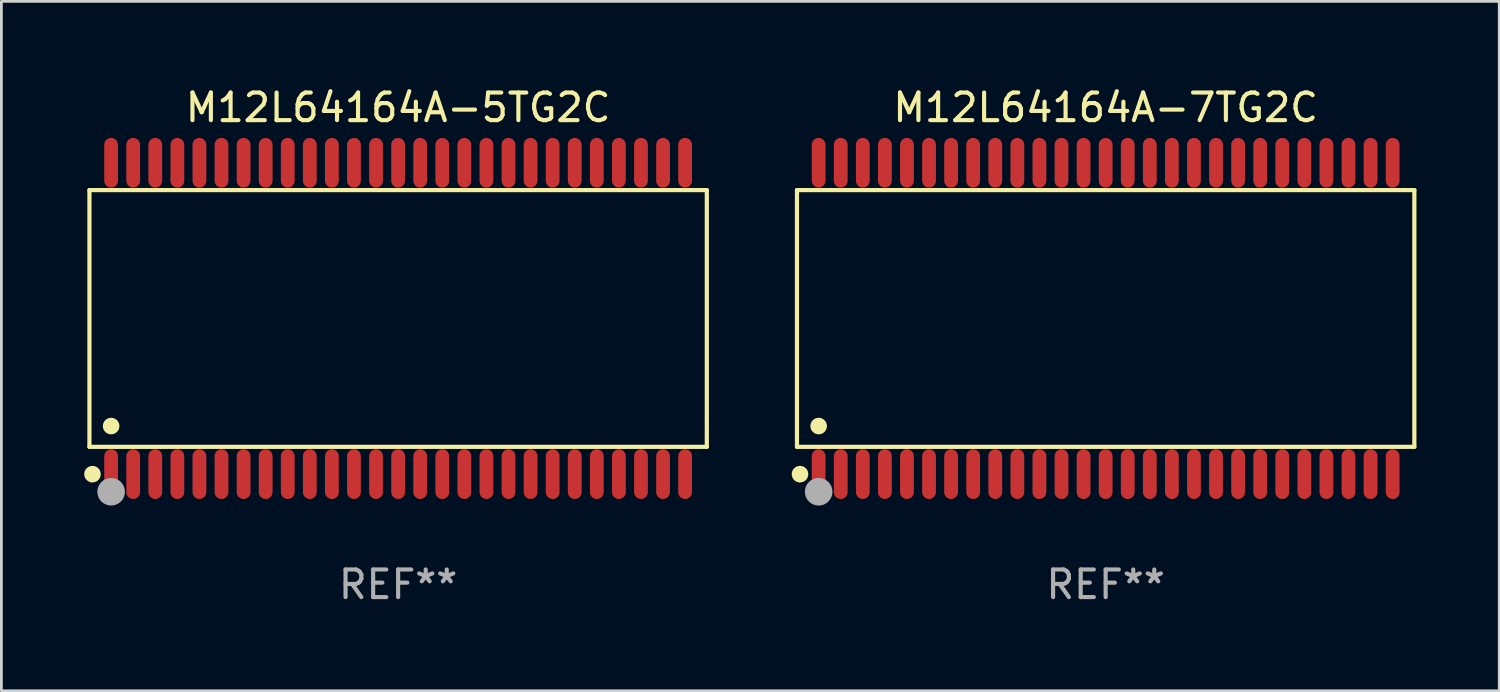
<source format=kicad_pcb>
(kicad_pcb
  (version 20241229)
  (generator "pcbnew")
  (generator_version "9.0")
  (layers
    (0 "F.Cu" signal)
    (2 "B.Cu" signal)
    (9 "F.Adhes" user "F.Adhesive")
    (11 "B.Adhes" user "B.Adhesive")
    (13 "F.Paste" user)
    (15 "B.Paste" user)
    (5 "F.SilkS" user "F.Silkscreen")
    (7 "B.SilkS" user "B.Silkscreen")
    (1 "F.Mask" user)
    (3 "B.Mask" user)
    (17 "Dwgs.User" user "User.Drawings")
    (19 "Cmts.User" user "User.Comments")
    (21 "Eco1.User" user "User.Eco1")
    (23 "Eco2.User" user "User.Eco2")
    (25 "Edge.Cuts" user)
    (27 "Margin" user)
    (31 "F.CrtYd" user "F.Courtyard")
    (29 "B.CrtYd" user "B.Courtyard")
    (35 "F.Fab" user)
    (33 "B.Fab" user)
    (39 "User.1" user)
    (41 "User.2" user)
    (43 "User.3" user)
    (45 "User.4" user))
  (footprint "M12L64164A-5TG2C"
    (layer "F.Cu")
    (at 11.377 8.49)
    (property "Reference" "M12L64164A-5TG2C" (at 0 -7.642 0) (layer "F.SilkS") (effects (font (size 1 1) (thickness 0.15))))
    (attr through_hole)
    (fp_line (start -11.186 -4.651) (end 11.186 -4.651) (stroke (width 0.152) (type solid)) (layer "F.SilkS"))
    (fp_line (start -11.186 4.651) (end -11.186 -4.651) (stroke (width 0.152) (type solid)) (layer "F.SilkS"))
    (fp_line (start 11.186 -4.651) (end 11.186 4.651) (stroke (width 0.152) (type solid)) (layer "F.SilkS"))
    (fp_line (start 11.186 4.651) (end -11.186 4.651) (stroke (width 0.152) (type solid)) (layer "F.SilkS"))
    (fp_circle (center -11.11 5.88) (end -11.08 5.88) (stroke (width 0.06) (type solid)) (fill no) (layer "F.SilkS"))
    (fp_circle (center -11.076 5.642) (end -10.926 5.642) (stroke (width 0.3) (type solid)) (fill no) (layer "F.SilkS"))
    (fp_circle (center -10.4 3.899) (end -10.25 3.899) (stroke (width 0.3) (type solid)) (fill no) (layer "F.SilkS"))
    (fp_circle (center -10.4 6.28) (end -10.15 6.28) (stroke (width 0.5) (type solid)) (fill no) (layer "F.Fab"))
    (fp_text user "REF**" (at 0 9.642 0) (layer "F.Fab") (effects (font (size 1 1) (thickness 0.15))))
    (pad "1" smd oval (at -10.4 5.642) (size 0.5 1.8) (layers "F.Cu" "F.Mask" "F.Paste"))
    (pad "2" smd oval (at -9.6 5.642) (size 0.5 1.8) (layers "F.Cu" "F.Mask" "F.Paste"))
    (pad "3" smd oval (at -8.8 5.642) (size 0.5 1.8) (layers "F.Cu" "F.Mask" "F.Paste"))
    (pad "4" smd oval (at -8 5.642) (size 0.5 1.8) (layers "F.Cu" "F.Mask" "F.Paste"))
    (pad "5" smd oval (at -7.2 5.642) (size 0.5 1.8) (layers "F.Cu" "F.Mask" "F.Paste"))
    (pad "6" smd oval (at -6.4 5.642) (size 0.5 1.8) (layers "F.Cu" "F.Mask" "F.Paste"))
    (pad "7" smd oval (at -5.6 5.642) (size 0.5 1.8) (layers "F.Cu" "F.Mask" "F.Paste"))
    (pad "8" smd oval (at -4.8 5.642) (size 0.5 1.8) (layers "F.Cu" "F.Mask" "F.Paste"))
    (pad "9" smd oval (at -4 5.642) (size 0.5 1.8) (layers "F.Cu" "F.Mask" "F.Paste"))
    (pad "10" smd oval (at -3.2 5.642) (size 0.5 1.8) (layers "F.Cu" "F.Mask" "F.Paste"))
    (pad "11" smd oval (at -2.4 5.642) (size 0.5 1.8) (layers "F.Cu" "F.Mask" "F.Paste"))
    (pad "12" smd oval (at -1.6 5.642) (size 0.5 1.8) (layers "F.Cu" "F.Mask" "F.Paste"))
    (pad "13" smd oval (at -0.8 5.642) (size 0.5 1.8) (layers "F.Cu" "F.Mask" "F.Paste"))
    (pad "14" smd oval (at 0 5.642) (size 0.5 1.8) (layers "F.Cu" "F.Mask" "F.Paste"))
    (pad "15" smd oval (at 0.8 5.642) (size 0.5 1.8) (layers "F.Cu" "F.Mask" "F.Paste"))
    (pad "16" smd oval (at 1.6 5.642) (size 0.5 1.8) (layers "F.Cu" "F.Mask" "F.Paste"))
    (pad "17" smd oval (at 2.4 5.642) (size 0.5 1.8) (layers "F.Cu" "F.Mask" "F.Paste"))
    (pad "18" smd oval (at 3.2 5.642) (size 0.5 1.8) (layers "F.Cu" "F.Mask" "F.Paste"))
    (pad "19" smd oval (at 4 5.642) (size 0.5 1.8) (layers "F.Cu" "F.Mask" "F.Paste"))
    (pad "20" smd oval (at 4.8 5.642) (size 0.5 1.8) (layers "F.Cu" "F.Mask" "F.Paste"))
    (pad "21" smd oval (at 5.6 5.642) (size 0.5 1.8) (layers "F.Cu" "F.Mask" "F.Paste"))
    (pad "22" smd oval (at 6.4 5.642) (size 0.5 1.8) (layers "F.Cu" "F.Mask" "F.Paste"))
    (pad "23" smd oval (at 7.2 5.642) (size 0.5 1.8) (layers "F.Cu" "F.Mask" "F.Paste"))
    (pad "24" smd oval (at 8 5.642) (size 0.5 1.8) (layers "F.Cu" "F.Mask" "F.Paste"))
    (pad "25" smd oval (at 8.8 5.642) (size 0.5 1.8) (layers "F.Cu" "F.Mask" "F.Paste"))
    (pad "26" smd oval (at 9.6 5.642) (size 0.5 1.8) (layers "F.Cu" "F.Mask" "F.Paste"))
    (pad "27" smd oval (at 10.4 5.642) (size 0.5 1.8) (layers "F.Cu" "F.Mask" "F.Paste"))
    (pad "28" smd oval (at 10.4 -5.642) (size 0.5 1.8) (layers "F.Cu" "F.Mask" "F.Paste"))
    (pad "29" smd oval (at 9.6 -5.642) (size 0.5 1.8) (layers "F.Cu" "F.Mask" "F.Paste"))
    (pad "30" smd oval (at 8.8 -5.642) (size 0.5 1.8) (layers "F.Cu" "F.Mask" "F.Paste"))
    (pad "31" smd oval (at 8 -5.642) (size 0.5 1.8) (layers "F.Cu" "F.Mask" "F.Paste"))
    (pad "32" smd oval (at 7.2 -5.642) (size 0.5 1.8) (layers "F.Cu" "F.Mask" "F.Paste"))
    (pad "33" smd oval (at 6.4 -5.642) (size 0.5 1.8) (layers "F.Cu" "F.Mask" "F.Paste"))
    (pad "34" smd oval (at 5.6 -5.642) (size 0.5 1.8) (layers "F.Cu" "F.Mask" "F.Paste"))
    (pad "35" smd oval (at 4.8 -5.642) (size 0.5 1.8) (layers "F.Cu" "F.Mask" "F.Paste"))
    (pad "36" smd oval (at 4 -5.642) (size 0.5 1.8) (layers "F.Cu" "F.Mask" "F.Paste"))
    (pad "37" smd oval (at 3.2 -5.642) (size 0.5 1.8) (layers "F.Cu" "F.Mask" "F.Paste"))
    (pad "38" smd oval (at 2.4 -5.642) (size 0.5 1.8) (layers "F.Cu" "F.Mask" "F.Paste"))
    (pad "39" smd oval (at 1.6 -5.642) (size 0.5 1.8) (layers "F.Cu" "F.Mask" "F.Paste"))
    (pad "40" smd oval (at 0.8 -5.642) (size 0.5 1.8) (layers "F.Cu" "F.Mask" "F.Paste"))
    (pad "41" smd oval (at 0 -5.642) (size 0.5 1.8) (layers "F.Cu" "F.Mask" "F.Paste"))
    (pad "42" smd oval (at -0.8 -5.642) (size 0.5 1.8) (layers "F.Cu" "F.Mask" "F.Paste"))
    (pad "43" smd oval (at -1.6 -5.642) (size 0.5 1.8) (layers "F.Cu" "F.Mask" "F.Paste"))
    (pad "44" smd oval (at -2.4 -5.642) (size 0.5 1.8) (layers "F.Cu" "F.Mask" "F.Paste"))
    (pad "45" smd oval (at -3.2 -5.642) (size 0.5 1.8) (layers "F.Cu" "F.Mask" "F.Paste"))
    (pad "46" smd oval (at -4 -5.642) (size 0.5 1.8) (layers "F.Cu" "F.Mask" "F.Paste"))
    (pad "47" smd oval (at -4.8 -5.642) (size 0.5 1.8) (layers "F.Cu" "F.Mask" "F.Paste"))
    (pad "48" smd oval (at -5.6 -5.642) (size 0.5 1.8) (layers "F.Cu" "F.Mask" "F.Paste"))
    (pad "49" smd oval (at -6.4 -5.642) (size 0.5 1.8) (layers "F.Cu" "F.Mask" "F.Paste"))
    (pad "50" smd oval (at -7.2 -5.642) (size 0.5 1.8) (layers "F.Cu" "F.Mask" "F.Paste"))
    (pad "51" smd oval (at -8 -5.642) (size 0.5 1.8) (layers "F.Cu" "F.Mask" "F.Paste"))
    (pad "52" smd oval (at -8.8 -5.642) (size 0.5 1.8) (layers "F.Cu" "F.Mask" "F.Paste"))
    (pad "53" smd oval (at -9.6 -5.642) (size 0.5 1.8) (layers "F.Cu" "F.Mask" "F.Paste"))
    (pad "54" smd oval (at -10.4 -5.642) (size 0.5 1.8) (layers "F.Cu" "F.Mask" "F.Paste")))
  (footprint "M12L64164A-7TG2C"
    (layer "F.Cu")
    (at 37.016 8.49)
    (property "Reference" "M12L64164A-7TG2C" (at 0 -7.642 0) (layer "F.SilkS") (effects (font (size 1 1) (thickness 0.15))))
    (attr through_hole)
    (fp_line (start -11.186 -4.651) (end 11.186 -4.651) (stroke (width 0.152) (type solid)) (layer "F.SilkS"))
    (fp_line (start -11.186 4.651) (end -11.186 -4.651) (stroke (width 0.152) (type solid)) (layer "F.SilkS"))
    (fp_line (start 11.186 -4.651) (end 11.186 4.651) (stroke (width 0.152) (type solid)) (layer "F.SilkS"))
    (fp_line (start 11.186 4.651) (end -11.186 4.651) (stroke (width 0.152) (type solid)) (layer "F.SilkS"))
    (fp_circle (center -11.11 5.88) (end -11.08 5.88) (stroke (width 0.06) (type solid)) (fill no) (layer "F.SilkS"))
    (fp_circle (center -11.076 5.642) (end -10.926 5.642) (stroke (width 0.3) (type solid)) (fill no) (layer "F.SilkS"))
    (fp_circle (center -10.4 3.899) (end -10.25 3.899) (stroke (width 0.3) (type solid)) (fill no) (layer "F.SilkS"))
    (fp_circle (center -10.4 6.28) (end -10.15 6.28) (stroke (width 0.5) (type solid)) (fill no) (layer "F.Fab"))
    (fp_text user "REF**" (at 0 9.642 0) (layer "F.Fab") (effects (font (size 1 1) (thickness 0.15))))
    (pad "1" smd oval (at -10.4 5.642) (size 0.5 1.8) (layers "F.Cu" "F.Mask" "F.Paste"))
    (pad "2" smd oval (at -9.6 5.642) (size 0.5 1.8) (layers "F.Cu" "F.Mask" "F.Paste"))
    (pad "3" smd oval (at -8.8 5.642) (size 0.5 1.8) (layers "F.Cu" "F.Mask" "F.Paste"))
    (pad "4" smd oval (at -8 5.642) (size 0.5 1.8) (layers "F.Cu" "F.Mask" "F.Paste"))
    (pad "5" smd oval (at -7.2 5.642) (size 0.5 1.8) (layers "F.Cu" "F.Mask" "F.Paste"))
    (pad "6" smd oval (at -6.4 5.642) (size 0.5 1.8) (layers "F.Cu" "F.Mask" "F.Paste"))
    (pad "7" smd oval (at -5.6 5.642) (size 0.5 1.8) (layers "F.Cu" "F.Mask" "F.Paste"))
    (pad "8" smd oval (at -4.8 5.642) (size 0.5 1.8) (layers "F.Cu" "F.Mask" "F.Paste"))
    (pad "9" smd oval (at -4 5.642) (size 0.5 1.8) (layers "F.Cu" "F.Mask" "F.Paste"))
    (pad "10" smd oval (at -3.2 5.642) (size 0.5 1.8) (layers "F.Cu" "F.Mask" "F.Paste"))
    (pad "11" smd oval (at -2.4 5.642) (size 0.5 1.8) (layers "F.Cu" "F.Mask" "F.Paste"))
    (pad "12" smd oval (at -1.6 5.642) (size 0.5 1.8) (layers "F.Cu" "F.Mask" "F.Paste"))
    (pad "13" smd oval (at -0.8 5.642) (size 0.5 1.8) (layers "F.Cu" "F.Mask" "F.Paste"))
    (pad "14" smd oval (at 0 5.642) (size 0.5 1.8) (layers "F.Cu" "F.Mask" "F.Paste"))
    (pad "15" smd oval (at 0.8 5.642) (size 0.5 1.8) (layers "F.Cu" "F.Mask" "F.Paste"))
    (pad "16" smd oval (at 1.6 5.642) (size 0.5 1.8) (layers "F.Cu" "F.Mask" "F.Paste"))
    (pad "17" smd oval (at 2.4 5.642) (size 0.5 1.8) (layers "F.Cu" "F.Mask" "F.Paste"))
    (pad "18" smd oval (at 3.2 5.642) (size 0.5 1.8) (layers "F.Cu" "F.Mask" "F.Paste"))
    (pad "19" smd oval (at 4 5.642) (size 0.5 1.8) (layers "F.Cu" "F.Mask" "F.Paste"))
    (pad "20" smd oval (at 4.8 5.642) (size 0.5 1.8) (layers "F.Cu" "F.Mask" "F.Paste"))
    (pad "21" smd oval (at 5.6 5.642) (size 0.5 1.8) (layers "F.Cu" "F.Mask" "F.Paste"))
    (pad "22" smd oval (at 6.4 5.642) (size 0.5 1.8) (layers "F.Cu" "F.Mask" "F.Paste"))
    (pad "23" smd oval (at 7.2 5.642) (size 0.5 1.8) (layers "F.Cu" "F.Mask" "F.Paste"))
    (pad "24" smd oval (at 8 5.642) (size 0.5 1.8) (layers "F.Cu" "F.Mask" "F.Paste"))
    (pad "25" smd oval (at 8.8 5.642) (size 0.5 1.8) (layers "F.Cu" "F.Mask" "F.Paste"))
    (pad "26" smd oval (at 9.6 5.642) (size 0.5 1.8) (layers "F.Cu" "F.Mask" "F.Paste"))
    (pad "27" smd oval (at 10.4 5.642) (size 0.5 1.8) (layers "F.Cu" "F.Mask" "F.Paste"))
    (pad "28" smd oval (at 10.4 -5.642) (size 0.5 1.8) (layers "F.Cu" "F.Mask" "F.Paste"))
    (pad "29" smd oval (at 9.6 -5.642) (size 0.5 1.8) (layers "F.Cu" "F.Mask" "F.Paste"))
    (pad "30" smd oval (at 8.8 -5.642) (size 0.5 1.8) (layers "F.Cu" "F.Mask" "F.Paste"))
    (pad "31" smd oval (at 8 -5.642) (size 0.5 1.8) (layers "F.Cu" "F.Mask" "F.Paste"))
    (pad "32" smd oval (at 7.2 -5.642) (size 0.5 1.8) (layers "F.Cu" "F.Mask" "F.Paste"))
    (pad "33" smd oval (at 6.4 -5.642) (size 0.5 1.8) (layers "F.Cu" "F.Mask" "F.Paste"))
    (pad "34" smd oval (at 5.6 -5.642) (size 0.5 1.8) (layers "F.Cu" "F.Mask" "F.Paste"))
    (pad "35" smd oval (at 4.8 -5.642) (size 0.5 1.8) (layers "F.Cu" "F.Mask" "F.Paste"))
    (pad "36" smd oval (at 4 -5.642) (size 0.5 1.8) (layers "F.Cu" "F.Mask" "F.Paste"))
    (pad "37" smd oval (at 3.2 -5.642) (size 0.5 1.8) (layers "F.Cu" "F.Mask" "F.Paste"))
    (pad "38" smd oval (at 2.4 -5.642) (size 0.5 1.8) (layers "F.Cu" "F.Mask" "F.Paste"))
    (pad "39" smd oval (at 1.6 -5.642) (size 0.5 1.8) (layers "F.Cu" "F.Mask" "F.Paste"))
    (pad "40" smd oval (at 0.8 -5.642) (size 0.5 1.8) (layers "F.Cu" "F.Mask" "F.Paste"))
    (pad "41" smd oval (at 0 -5.642) (size 0.5 1.8) (layers "F.Cu" "F.Mask" "F.Paste"))
    (pad "42" smd oval (at -0.8 -5.642) (size 0.5 1.8) (layers "F.Cu" "F.Mask" "F.Paste"))
    (pad "43" smd oval (at -1.6 -5.642) (size 0.5 1.8) (layers "F.Cu" "F.Mask" "F.Paste"))
    (pad "44" smd oval (at -2.4 -5.642) (size 0.5 1.8) (layers "F.Cu" "F.Mask" "F.Paste"))
    (pad "45" smd oval (at -3.2 -5.642) (size 0.5 1.8) (layers "F.Cu" "F.Mask" "F.Paste"))
    (pad "46" smd oval (at -4 -5.642) (size 0.5 1.8) (layers "F.Cu" "F.Mask" "F.Paste"))
    (pad "47" smd oval (at -4.8 -5.642) (size 0.5 1.8) (layers "F.Cu" "F.Mask" "F.Paste"))
    (pad "48" smd oval (at -5.6 -5.642) (size 0.5 1.8) (layers "F.Cu" "F.Mask" "F.Paste"))
    (pad "49" smd oval (at -6.4 -5.642) (size 0.5 1.8) (layers "F.Cu" "F.Mask" "F.Paste"))
    (pad "50" smd oval (at -7.2 -5.642) (size 0.5 1.8) (layers "F.Cu" "F.Mask" "F.Paste"))
    (pad "51" smd oval (at -8 -5.642) (size 0.5 1.8) (layers "F.Cu" "F.Mask" "F.Paste"))
    (pad "52" smd oval (at -8.8 -5.642) (size 0.5 1.8) (layers "F.Cu" "F.Mask" "F.Paste"))
    (pad "53" smd oval (at -9.6 -5.642) (size 0.5 1.8) (layers "F.Cu" "F.Mask" "F.Paste"))
    (pad "54" smd oval (at -10.4 -5.642) (size 0.5 1.8) (layers "F.Cu" "F.Mask" "F.Paste")))
  (gr_rect
    (start -3 -3)
    (end 51.278 21.981)
    (stroke (width 0.1) (type default))
    (fill no)
    (layer "Edge.Cuts")))
</source>
